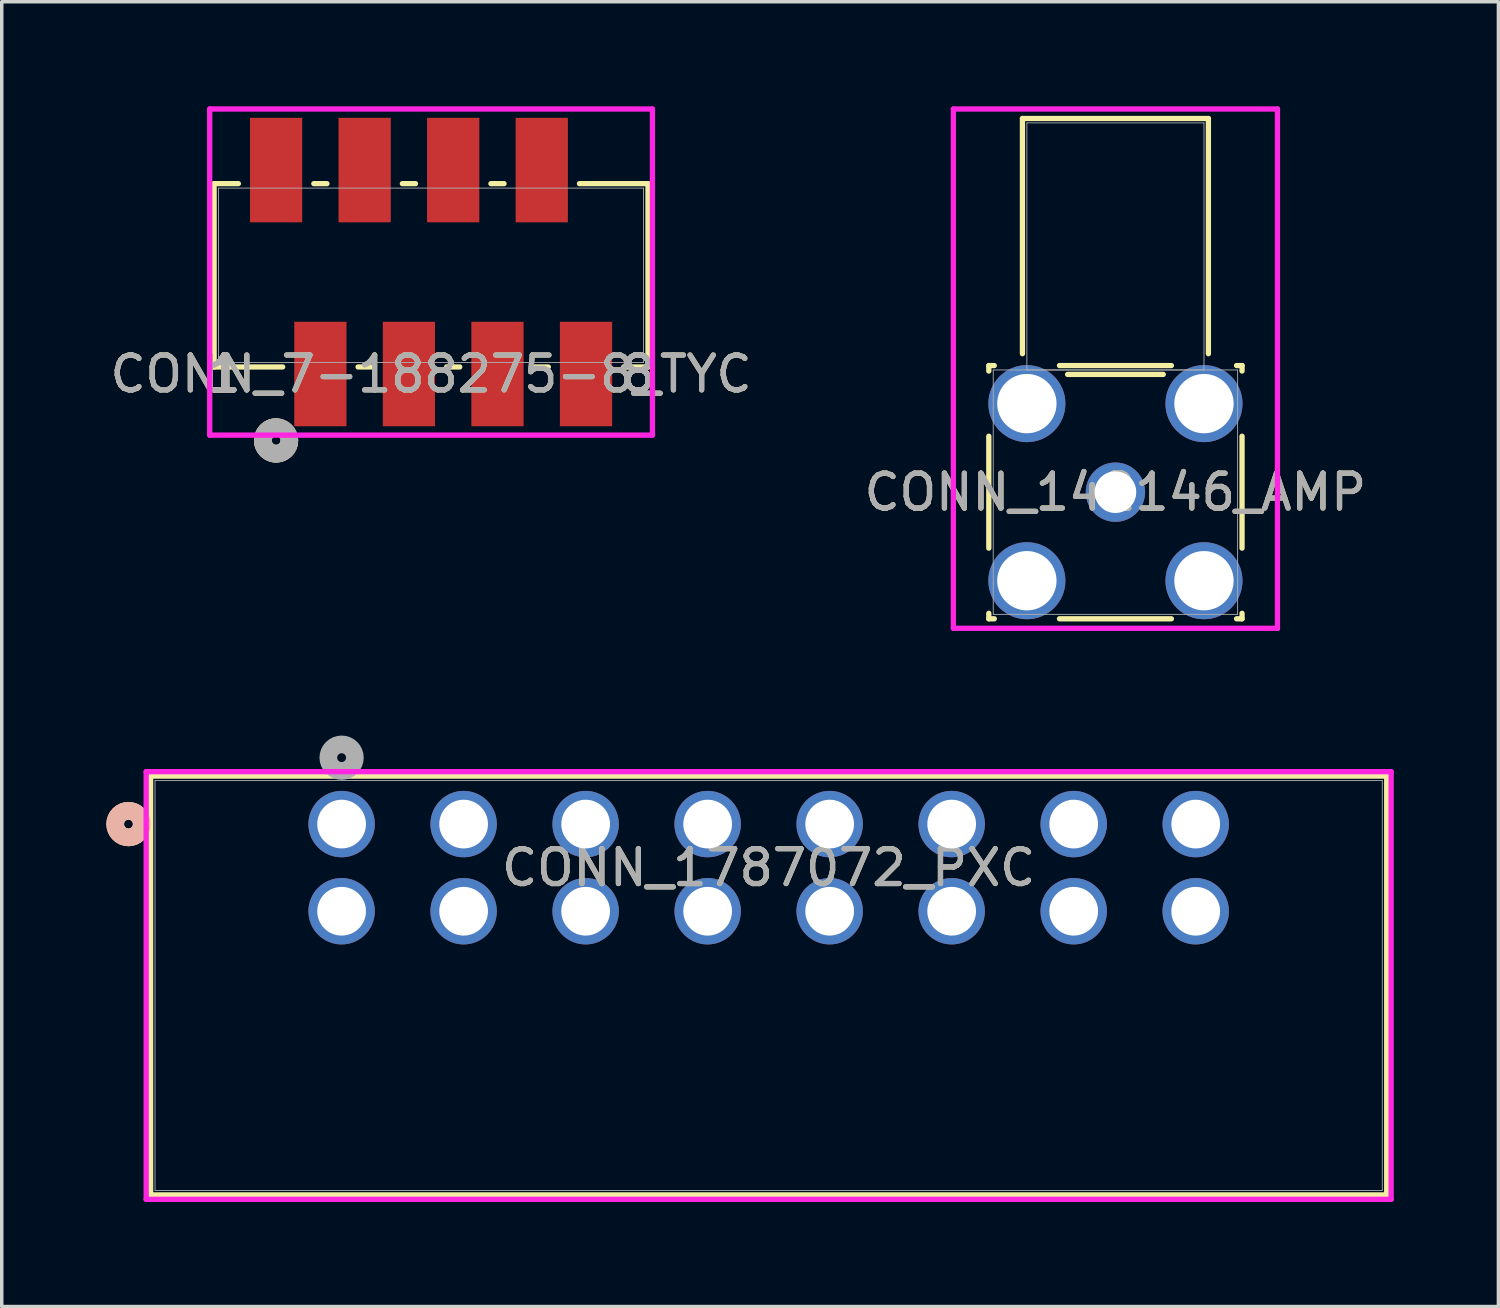
<source format=kicad_pcb>
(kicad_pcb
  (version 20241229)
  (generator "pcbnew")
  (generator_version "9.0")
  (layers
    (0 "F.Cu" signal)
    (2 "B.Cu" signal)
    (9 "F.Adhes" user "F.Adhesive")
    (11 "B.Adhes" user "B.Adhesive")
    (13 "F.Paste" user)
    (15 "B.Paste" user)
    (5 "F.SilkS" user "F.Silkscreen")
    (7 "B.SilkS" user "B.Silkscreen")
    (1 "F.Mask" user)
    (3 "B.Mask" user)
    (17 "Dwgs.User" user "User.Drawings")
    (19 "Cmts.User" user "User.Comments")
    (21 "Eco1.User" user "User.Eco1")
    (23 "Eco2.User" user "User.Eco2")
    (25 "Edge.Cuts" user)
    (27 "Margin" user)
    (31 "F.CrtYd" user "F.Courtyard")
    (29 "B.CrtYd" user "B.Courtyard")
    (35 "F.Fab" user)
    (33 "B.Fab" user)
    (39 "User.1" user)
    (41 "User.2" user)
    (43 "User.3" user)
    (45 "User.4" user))
  (footprint "CONN_1787072_PXC"
    (layer "F.Cu")
    (at 6.749 20.589)
    (property "Reference" "CONN_1787072_PXC" (at 12.25 1.25 0) (unlocked yes) (layer "F.SilkS") (effects (font (size 1 1) (thickness 0.15))))
    (attr through_hole)
    (fp_line (start -5.479 -1.377) (end -5.479 10.637) (stroke (width 0.152) (type solid)) (layer "F.SilkS"))
    (fp_line (start -5.479 10.637) (end 29.979 10.637) (stroke (width 0.152) (type solid)) (layer "F.SilkS"))
    (fp_line (start 29.979 -1.377) (end -5.479 -1.377) (stroke (width 0.152) (type solid)) (layer "F.SilkS"))
    (fp_line (start 29.979 10.637) (end 29.979 -1.377) (stroke (width 0.152) (type solid)) (layer "F.SilkS"))
    (fp_circle (center -6.114 0) (end -5.733 0) (stroke (width 0.508) (type solid)) (fill no) (layer "F.SilkS"))
    (fp_circle (center -6.114 0) (end -5.733 0) (stroke (width 0.508) (type solid)) (fill no) (layer "B.SilkS"))
    (fp_line (start -5.606 -1.504) (end -5.606 10.764) (stroke (width 0.152) (type solid)) (layer "F.CrtYd"))
    (fp_line (start -5.606 10.764) (end 30.106 10.764) (stroke (width 0.152) (type solid)) (layer "F.CrtYd"))
    (fp_line (start 30.106 -1.504) (end -5.606 -1.504) (stroke (width 0.152) (type solid)) (layer "F.CrtYd"))
    (fp_line (start 30.106 10.764) (end 30.106 -1.504) (stroke (width 0.152) (type solid)) (layer "F.CrtYd"))
    (fp_line (start -5.352 -1.25) (end -5.352 10.51) (stroke (width 0.025) (type solid)) (layer "F.Fab"))
    (fp_line (start -5.352 10.51) (end 29.852 10.51) (stroke (width 0.025) (type solid)) (layer "F.Fab"))
    (fp_line (start 29.852 -1.25) (end -5.352 -1.25) (stroke (width 0.025) (type solid)) (layer "F.Fab"))
    (fp_line (start 29.852 10.51) (end 29.852 -1.25) (stroke (width 0.025) (type solid)) (layer "F.Fab"))
    (fp_circle (center 0 -1.905) (end 0.381 -1.905) (stroke (width 0.508) (type solid)) (fill no) (layer "F.Fab"))
    (fp_text user "${REFERENCE}" (at 12.25 1.25 0) (unlocked yes) (layer "F.Fab") (effects (font (size 1 1) (thickness 0.15))))
    (pad "1" thru_hole circle (at 0 0) (size 1.905 1.905) (drill 1.397) (layers "*.Cu" "*.Mask"))
    (pad "2" thru_hole circle (at 0 2.5) (size 1.905 1.905) (drill 1.397) (layers "*.Cu" "*.Mask"))
    (pad "3" thru_hole circle (at 3.5 0) (size 1.905 1.905) (drill 1.397) (layers "*.Cu" "*.Mask"))
    (pad "4" thru_hole circle (at 3.5 2.5) (size 1.905 1.905) (drill 1.397) (layers "*.Cu" "*.Mask"))
    (pad "5" thru_hole circle (at 7 0) (size 1.905 1.905) (drill 1.397) (layers "*.Cu" "*.Mask"))
    (pad "6" thru_hole circle (at 7 2.5) (size 1.905 1.905) (drill 1.397) (layers "*.Cu" "*.Mask"))
    (pad "7" thru_hole circle (at 10.5 0) (size 1.905 1.905) (drill 1.397) (layers "*.Cu" "*.Mask"))
    (pad "8" thru_hole circle (at 10.5 2.5) (size 1.905 1.905) (drill 1.397) (layers "*.Cu" "*.Mask"))
    (pad "9" thru_hole circle (at 14 0) (size 1.905 1.905) (drill 1.397) (layers "*.Cu" "*.Mask"))
    (pad "10" thru_hole circle (at 14 2.5) (size 1.905 1.905) (drill 1.397) (layers "*.Cu" "*.Mask"))
    (pad "11" thru_hole circle (at 17.5 0) (size 1.905 1.905) (drill 1.397) (layers "*.Cu" "*.Mask"))
    (pad "12" thru_hole circle (at 17.5 2.5) (size 1.905 1.905) (drill 1.397) (layers "*.Cu" "*.Mask"))
    (pad "13" thru_hole circle (at 21 0) (size 1.905 1.905) (drill 1.397) (layers "*.Cu" "*.Mask"))
    (pad "14" thru_hole circle (at 21 2.5) (size 1.905 1.905) (drill 1.397) (layers "*.Cu" "*.Mask"))
    (pad "15" thru_hole circle (at 24.5 0) (size 1.905 1.905) (drill 1.397) (layers "*.Cu" "*.Mask"))
    (pad "16" thru_hole circle (at 24.5 2.5) (size 1.905 1.905) (drill 1.397) (layers "*.Cu" "*.Mask")))
  (footprint "CONN_7-188275-8_TYC"
    (layer "F.Cu")
    (at 4.87 7.679)
    (property "Reference" "CONN_7-188275-8_TYC" (at 4.445 0 0) (unlocked yes) (layer "F.SilkS") (effects (font (size 1 1) (thickness 0.15))))
    (attr smd)
    (fp_line (start -1.778 -5.461) (end -1.778 -0.203) (stroke (width 0.152) (type solid)) (layer "F.SilkS"))
    (fp_line (start -1.778 -0.203) (end 0.188 -0.203) (stroke (width 0.152) (type solid)) (layer "F.SilkS"))
    (fp_line (start -1.082 -5.461) (end -1.778 -5.461) (stroke (width 0.152) (type solid)) (layer "F.SilkS"))
    (fp_line (start 1.458 -5.461) (end 1.082 -5.461) (stroke (width 0.152) (type solid)) (layer "F.SilkS"))
    (fp_line (start 2.352 -0.203) (end 2.728 -0.203) (stroke (width 0.152) (type solid)) (layer "F.SilkS"))
    (fp_line (start 3.998 -5.461) (end 3.622 -5.461) (stroke (width 0.152) (type solid)) (layer "F.SilkS"))
    (fp_line (start 4.892 -0.203) (end 5.268 -0.203) (stroke (width 0.152) (type solid)) (layer "F.SilkS"))
    (fp_line (start 6.538 -5.461) (end 6.162 -5.461) (stroke (width 0.152) (type solid)) (layer "F.SilkS"))
    (fp_line (start 7.432 -0.203) (end 7.808 -0.203) (stroke (width 0.152) (type solid)) (layer "F.SilkS"))
    (fp_line (start 9.972 -0.203) (end 10.668 -0.203) (stroke (width 0.152) (type solid)) (layer "F.SilkS"))
    (fp_line (start 10.668 -5.461) (end 8.702 -5.461) (stroke (width 0.152) (type solid)) (layer "F.SilkS"))
    (fp_line (start 10.668 -0.203) (end 10.668 -5.461) (stroke (width 0.152) (type solid)) (layer "F.SilkS"))
    (fp_arc (start 0.372066 1.987025) (mid -0.300348 2.139418) (end 0.0108 1.524153) (stroke (width 0.508) (type solid)) (layer "F.SilkS"))
    (fp_circle (center 0 1.905) (end 0.381 1.905) (stroke (width 0.508) (type solid)) (fill no) (layer "B.SilkS"))
    (fp_line (start -1.905 -7.602) (end -1.905 1.753) (stroke (width 0.152) (type solid)) (layer "F.CrtYd"))
    (fp_line (start -1.905 1.753) (end 10.795 1.753) (stroke (width 0.152) (type solid)) (layer "F.CrtYd"))
    (fp_line (start 10.795 -7.602) (end -1.905 -7.602) (stroke (width 0.152) (type solid)) (layer "F.CrtYd"))
    (fp_line (start 10.795 1.753) (end 10.795 -7.602) (stroke (width 0.152) (type solid)) (layer "F.CrtYd"))
    (fp_line (start -1.651 -5.334) (end -1.651 -0.33) (stroke (width 0.025) (type solid)) (layer "F.Fab"))
    (fp_line (start -1.651 -0.33) (end 10.541 -0.33) (stroke (width 0.025) (type solid)) (layer "F.Fab"))
    (fp_line (start 10.541 -5.334) (end -1.651 -5.334) (stroke (width 0.025) (type solid)) (layer "F.Fab"))
    (fp_line (start 10.541 -0.33) (end 10.541 -5.334) (stroke (width 0.025) (type solid)) (layer "F.Fab"))
    (fp_circle (center 0 1.905) (end 0.381 1.905) (stroke (width 0.508) (type solid)) (fill no) (layer "F.Fab"))
    (fp_text user "8" (at 10.389 0 0) (unlocked yes) (layer "F.SilkS") (effects (font (size 1 1) (thickness 0.15))))
    (fp_text user "1" (at -1.499 0 0) (unlocked yes) (layer "F.SilkS") (effects (font (size 1 1) (thickness 0.15))))
    (fp_text user "8" (at 10.389 0 0) (unlocked yes) (layer "F.SilkS") (effects (font (size 1 1) (thickness 0.15))))
    (fp_text user "1" (at -1.499 0 0) (unlocked yes) (layer "F.SilkS") (effects (font (size 1 1) (thickness 0.15))))
    (fp_text user "1" (at -1.499 0 0) (unlocked yes) (layer "B.SilkS") (effects (font (size 1 1) (thickness 0.15))))
    (fp_text user "1" (at -1.499 0 0) (unlocked yes) (layer "B.SilkS") (effects (font (size 1 1) (thickness 0.15))))
    (fp_text user "8" (at 10.389 0 0) (unlocked yes) (layer "B.SilkS") (effects (font (size 1 1) (thickness 0.15))))
    (fp_text user "8" (at 10.389 0 0) (unlocked yes) (layer "B.SilkS") (effects (font (size 1 1) (thickness 0.15))))
    (fp_text user "1" (at -1.499 0 0) (unlocked yes) (layer "F.Fab") (effects (font (size 1 1) (thickness 0.15))))
    (fp_text user "1" (at -1.499 0 0) (unlocked yes) (layer "F.Fab") (effects (font (size 1 1) (thickness 0.15))))
    (fp_text user "8" (at 10.389 0 0) (unlocked yes) (layer "F.Fab") (effects (font (size 1 1) (thickness 0.15))))
    (fp_text user "${REFERENCE}" (at 4.445 0 0) (unlocked yes) (layer "F.Fab") (effects (font (size 1 1) (thickness 0.15))))
    (fp_text user "8" (at 10.389 0 0) (unlocked yes) (layer "F.Fab") (effects (font (size 1 1) (thickness 0.15))))
    (pad "1" smd rect (at 0 -5.85) (size 1.499 2.997) (layers "F.Cu" "F.Mask" "F.Paste"))
    (pad "2" smd rect (at 1.27 0) (size 1.499 2.997) (layers "F.Cu" "F.Mask" "F.Paste"))
    (pad "3" smd rect (at 2.54 -5.85) (size 1.499 2.997) (layers "F.Cu" "F.Mask" "F.Paste"))
    (pad "4" smd rect (at 3.81 0) (size 1.499 2.997) (layers "F.Cu" "F.Mask" "F.Paste"))
    (pad "5" smd rect (at 5.08 -5.85) (size 1.499 2.997) (layers "F.Cu" "F.Mask" "F.Paste"))
    (pad "6" smd rect (at 6.35 0) (size 1.499 2.997) (layers "F.Cu" "F.Mask" "F.Paste"))
    (pad "7" smd rect (at 7.62 -5.85) (size 1.499 2.997) (layers "F.Cu" "F.Mask" "F.Paste"))
    (pad "8" smd rect (at 8.89 0) (size 1.499 2.997) (layers "F.Cu" "F.Mask" "F.Paste")))
  (footprint "CONN_142146_AMP"
    (layer "F.Cu")
    (at 28.946 11.068)
    (property "Reference" "CONN_142146_AMP" (at 0 0 0) (unlocked yes) (layer "F.SilkS") (effects (font (size 1 1) (thickness 0.15))))
    (attr through_hole)
    (fp_line (start -3.632 -3.632) (end -3.632 -3.475) (stroke (width 0.152) (type solid)) (layer "F.SilkS"))
    (fp_line (start -3.632 -1.605) (end -3.632 1.605) (stroke (width 0.152) (type solid)) (layer "F.SilkS"))
    (fp_line (start -3.632 3.475) (end -3.632 3.632) (stroke (width 0.152) (type solid)) (layer "F.SilkS"))
    (fp_line (start -3.632 3.632) (end -3.475 3.632) (stroke (width 0.152) (type solid)) (layer "F.SilkS"))
    (fp_line (start -3.475 -3.632) (end -3.632 -3.632) (stroke (width 0.152) (type solid)) (layer "F.SilkS"))
    (fp_line (start -2.667 -10.719) (end -2.667 -3.972) (stroke (width 0.152) (type solid)) (layer "F.SilkS"))
    (fp_line (start -1.605 3.632) (end 1.605 3.632) (stroke (width 0.152) (type solid)) (layer "F.SilkS"))
    (fp_line (start -1.372 -3.378) (end 1.372 -3.378) (stroke (width 0.152) (type solid)) (layer "F.SilkS"))
    (fp_line (start 1.605 -3.632) (end -1.605 -3.632) (stroke (width 0.152) (type solid)) (layer "F.SilkS"))
    (fp_line (start 2.667 -10.719) (end -2.667 -10.719) (stroke (width 0.152) (type solid)) (layer "F.SilkS"))
    (fp_line (start 2.667 -3.972) (end 2.667 -10.719) (stroke (width 0.152) (type solid)) (layer "F.SilkS"))
    (fp_line (start 3.475 3.632) (end 3.632 3.632) (stroke (width 0.152) (type solid)) (layer "F.SilkS"))
    (fp_line (start 3.632 -3.632) (end 3.475 -3.632) (stroke (width 0.152) (type solid)) (layer "F.SilkS"))
    (fp_line (start 3.632 -3.475) (end 3.632 -3.632) (stroke (width 0.152) (type solid)) (layer "F.SilkS"))
    (fp_line (start 3.632 1.605) (end 3.632 -1.605) (stroke (width 0.152) (type solid)) (layer "F.SilkS"))
    (fp_line (start 3.632 3.632) (end 3.632 3.475) (stroke (width 0.152) (type solid)) (layer "F.SilkS"))
    (fp_line (start -4.648 -10.991) (end 4.648 -10.991) (stroke (width 0.152) (type solid)) (layer "F.CrtYd"))
    (fp_line (start -4.648 3.905) (end -4.648 -10.991) (stroke (width 0.152) (type solid)) (layer "F.CrtYd"))
    (fp_line (start 4.648 -10.991) (end 4.648 3.905) (stroke (width 0.152) (type solid)) (layer "F.CrtYd"))
    (fp_line (start 4.648 3.905) (end -4.648 3.905) (stroke (width 0.152) (type solid)) (layer "F.CrtYd"))
    (fp_line (start -3.505 -3.505) (end -3.505 3.505) (stroke (width 0.025) (type solid)) (layer "F.Fab"))
    (fp_line (start -3.505 3.505) (end 3.505 3.505) (stroke (width 0.025) (type solid)) (layer "F.Fab"))
    (fp_line (start -2.54 -10.592) (end -2.54 -3.505) (stroke (width 0.025) (type solid)) (layer "F.Fab"))
    (fp_line (start -2.54 -3.505) (end 2.54 -3.505) (stroke (width 0.025) (type solid)) (layer "F.Fab"))
    (fp_line (start 2.54 -10.592) (end -2.54 -10.592) (stroke (width 0.025) (type solid)) (layer "F.Fab"))
    (fp_line (start 2.54 -3.505) (end 2.54 -10.592) (stroke (width 0.025) (type solid)) (layer "F.Fab"))
    (fp_line (start 3.505 -3.505) (end -3.505 -3.505) (stroke (width 0.025) (type solid)) (layer "F.Fab"))
    (fp_line (start 3.505 3.505) (end 3.505 -3.505) (stroke (width 0.025) (type solid)) (layer "F.Fab"))
    (fp_circle (center 3.124 0) (end 3.124 0) (stroke (width 0.025) (type solid)) (fill no) (layer "F.Fab"))
    (fp_text user "${REFERENCE}" (at 0 0 0) (unlocked yes) (layer "F.Fab") (effects (font (size 1 1) (thickness 0.15))))
    (pad "1" thru_hole circle (at 0 0) (size 1.702 1.702) (drill 1.194) (layers "*.Cu" "*.Mask"))
    (pad "2" thru_hole circle (at -2.54 -2.54) (size 2.21 2.21) (drill 1.702) (layers "*.Cu" "*.Mask"))
    (pad "3" thru_hole circle (at -2.54 2.54) (size 2.21 2.21) (drill 1.702) (layers "*.Cu" "*.Mask"))
    (pad "4" thru_hole circle (at 2.54 2.54) (size 2.21 2.21) (drill 1.702) (layers "*.Cu" "*.Mask"))
    (pad "5" thru_hole circle (at 2.54 -2.54) (size 2.21 2.21) (drill 1.702) (layers "*.Cu" "*.Mask")))
  (gr_rect
    (start -3 -3)
    (end 39.932 34.429)
    (stroke (width 0.1) (type default))
    (fill no)
    (layer "Edge.Cuts")))
</source>
